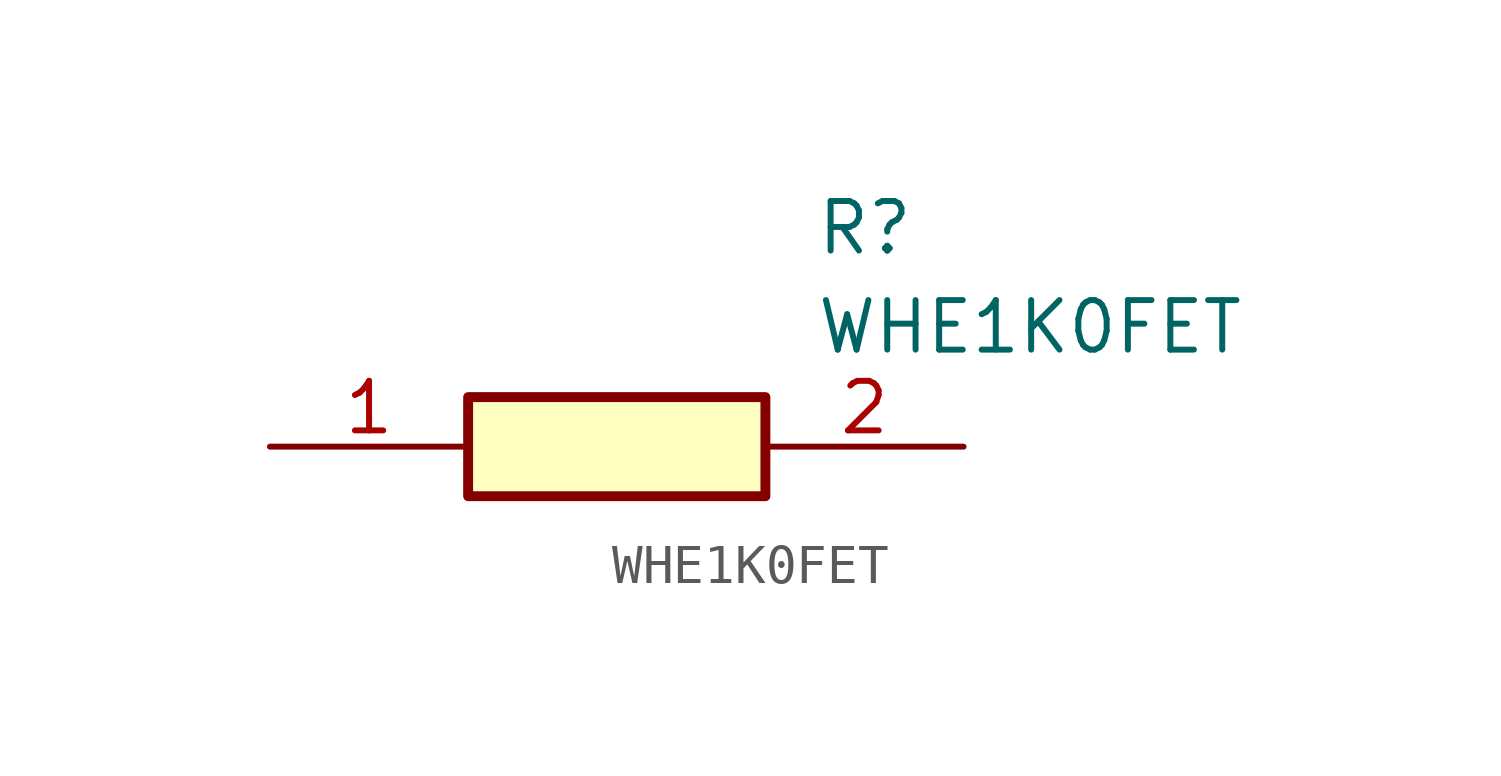
<source format=kicad_sym>
(kicad_symbol_lib
  (version 20211014)
  (generator SamacSys_ECAD_Model)
  (symbol "WHE1K0FET"
    (pin_names hide)
    (property "Reference" "R"
      (at 13.97 6.35 0)
      (effects (font (size 1.27 1.27)) (justify left top)))
    (property "Value" "WHE1K0FET"
      (at 13.97 3.81 0)
      (effects (font (size 1.27 1.27)) (justify left top)))
    (rectangle
      (start 5.08 1.27)
      (end 12.7 -1.27)
      (stroke (width 0.254) (type default))
      (fill (type background)))
    (pin passive line
      (at 0 0 0)
      (length 5.08)
      (name "1" (effects (font (size 1.27 1.27))))
      (number "1" (effects (font (size 1.27 1.27)))))
    (pin passive line
      (at 17.78 0 180)
      (length 5.08)
      (name "2" (effects (font (size 1.27 1.27))))
      (number "2" (effects (font (size 1.27 1.27)))))))
</source>
